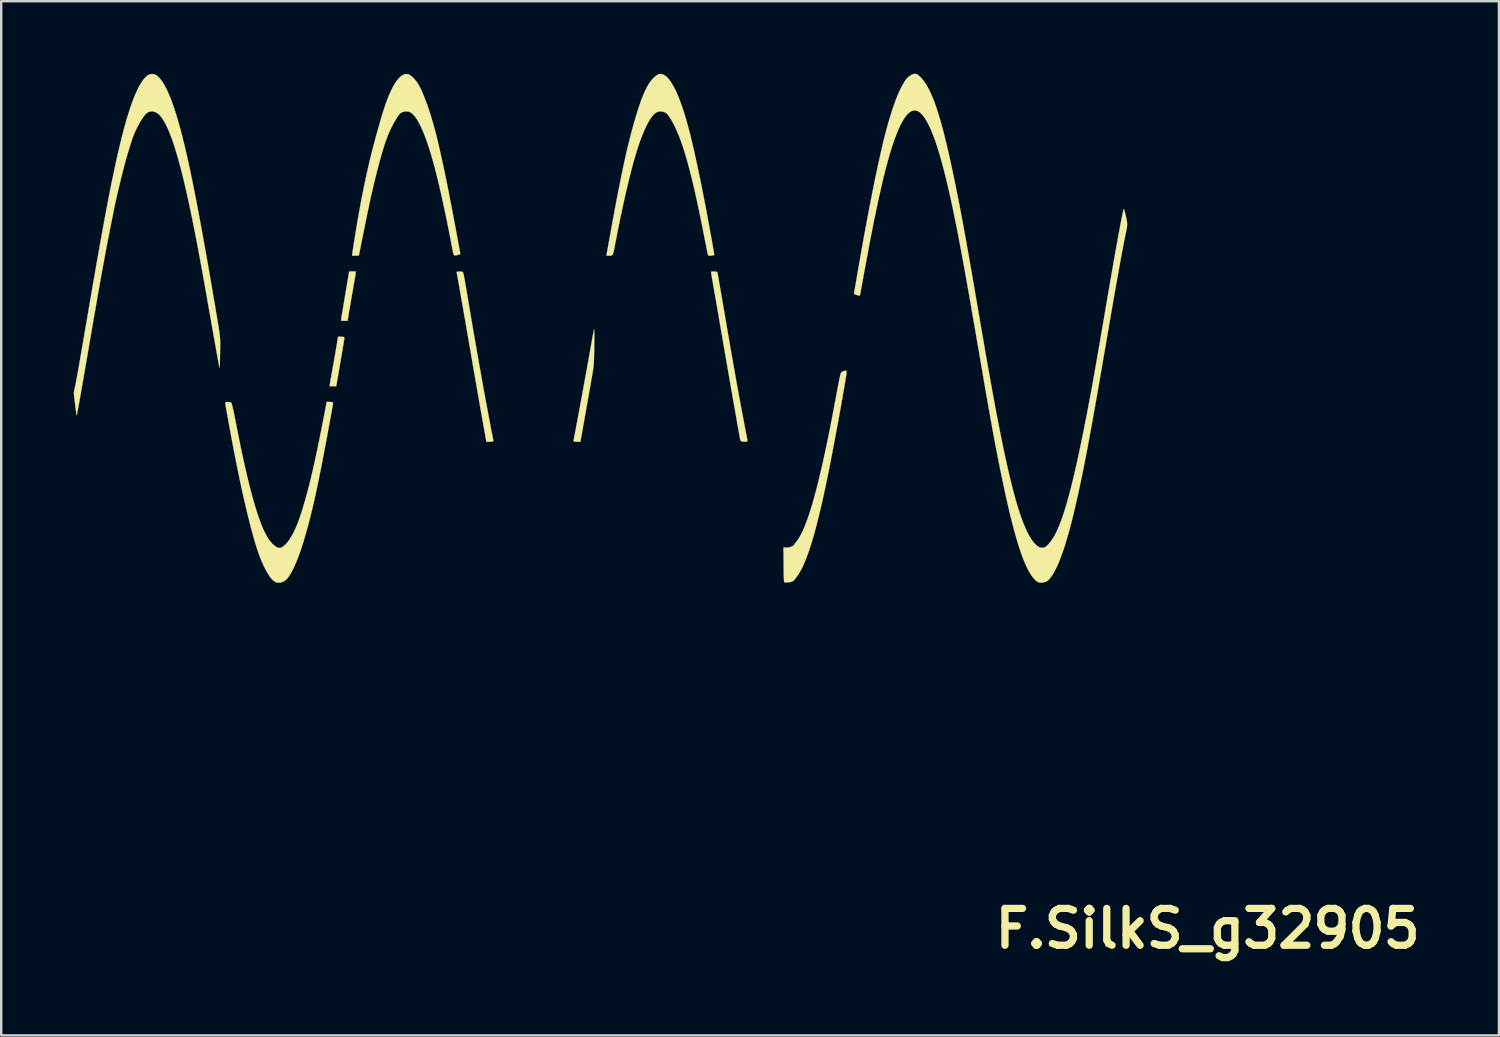
<source format=kicad_pcb>
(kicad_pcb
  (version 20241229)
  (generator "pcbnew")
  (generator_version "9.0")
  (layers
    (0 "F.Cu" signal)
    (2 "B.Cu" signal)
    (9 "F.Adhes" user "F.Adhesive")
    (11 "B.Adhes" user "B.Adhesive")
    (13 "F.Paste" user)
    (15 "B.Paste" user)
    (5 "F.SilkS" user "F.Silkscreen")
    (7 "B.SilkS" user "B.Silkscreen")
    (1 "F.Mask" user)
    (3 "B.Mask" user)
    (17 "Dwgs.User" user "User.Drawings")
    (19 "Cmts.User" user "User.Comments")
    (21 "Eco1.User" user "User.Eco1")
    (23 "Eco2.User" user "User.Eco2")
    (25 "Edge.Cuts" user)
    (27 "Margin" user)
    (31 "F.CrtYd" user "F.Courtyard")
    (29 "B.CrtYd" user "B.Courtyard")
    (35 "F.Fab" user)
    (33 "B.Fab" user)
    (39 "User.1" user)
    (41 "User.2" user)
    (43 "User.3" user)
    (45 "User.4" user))
  (footprint "F.SilkS_g32905"
    (layer "F.Cu")
    (at 46.889 35.348)
    (property "Reference" "F.SilkS_g32905" (at 0 0 0) (layer "F.SilkS") (effects (font (size 1.524 1.524) (thickness 0.3))))
    (attr through_hole)
    (fp_poly (pts (xy -35.858 -24.473) (xy -35.806 -24.472) (xy -35.76 -24.469) (xy -35.73 -24.465) (xy -35.727 -24.464) (xy -35.71 -24.458) (xy -35.702 -24.446) (xy -35.701 -24.421) (xy -35.704 -24.385) (xy -35.707 -24.361) (xy -35.714 -24.315) (xy -35.725 -24.247) (xy -35.739 -24.161) (xy -35.756 -24.058) (xy -35.776 -23.941) (xy -35.798 -23.812) (xy -35.822 -23.672) (xy -35.847 -23.525) (xy -35.873 -23.371) (xy -35.873 -23.371) (xy -36.036 -22.428) (xy -36.311 -22.428) (xy -36.302 -22.489) (xy -36.299 -22.512) (xy -36.291 -22.558) (xy -36.279 -22.624) (xy -36.265 -22.708) (xy -36.247 -22.807) (xy -36.228 -22.919) (xy -36.206 -23.041) (xy -36.183 -23.172) (xy -36.163 -23.285) (xy -36.138 -23.427) (xy -36.113 -23.568) (xy -36.089 -23.705) (xy -36.066 -23.834) (xy -36.046 -23.953) (xy -36.028 -24.059) (xy -36.013 -24.148) (xy -36.001 -24.217) (xy -35.996 -24.247) (xy -35.96 -24.473) (xy -35.858 -24.473)) (stroke (width 0.01) (type solid)) (fill yes) (layer "F.SilkS"))
    (fp_poly (pts (xy -35.268 -27.174) (xy -35.237 -27.171) (xy -35.228 -27.168) (xy -35.227 -27.153) (xy -35.231 -27.117) (xy -35.238 -27.062) (xy -35.248 -26.992) (xy -35.261 -26.909) (xy -35.277 -26.818) (xy -35.281 -26.796) (xy -35.327 -26.532) (xy -35.369 -26.293) (xy -35.407 -26.078) (xy -35.44 -25.887) (xy -35.468 -25.721) (xy -35.492 -25.579) (xy -35.512 -25.462) (xy -35.527 -25.37) (xy -35.538 -25.303) (xy -35.541 -25.283) (xy -35.563 -25.133) (xy -35.701 -25.133) (xy -35.767 -25.134) (xy -35.809 -25.137) (xy -35.833 -25.142) (xy -35.839 -25.149) (xy -35.837 -25.164) (xy -35.831 -25.202) (xy -35.822 -25.261) (xy -35.809 -25.339) (xy -35.793 -25.434) (xy -35.775 -25.544) (xy -35.754 -25.667) (xy -35.732 -25.802) (xy -35.707 -25.946) (xy -35.682 -26.096) (xy -35.682 -26.099) (xy -35.656 -26.251) (xy -35.631 -26.398) (xy -35.608 -26.536) (xy -35.586 -26.665) (xy -35.566 -26.781) (xy -35.549 -26.883) (xy -35.535 -26.968) (xy -35.524 -27.034) (xy -35.517 -27.08) (xy -35.513 -27.102) (xy -35.503 -27.172) (xy -35.371 -27.175) (xy -35.315 -27.176) (xy -35.268 -27.174)) (stroke (width 0.01) (type solid)) (fill yes) (layer "F.SilkS"))
    (fp_poly (pts (xy -25.368 -24.776) (xy -25.366 -24.744) (xy -25.364 -24.693) (xy -25.363 -24.624) (xy -25.362 -24.539) (xy -25.362 -24.443) (xy -25.363 -24.337) (xy -25.364 -24.223) (xy -25.365 -24.105) (xy -25.367 -23.985) (xy -25.369 -23.865) (xy -25.372 -23.749) (xy -25.375 -23.639) (xy -25.378 -23.537) (xy -25.381 -23.445) (xy -25.384 -23.368) (xy -25.388 -23.307) (xy -25.392 -23.264) (xy -25.392 -23.26) (xy -25.396 -23.232) (xy -25.4 -23.202) (xy -25.405 -23.169) (xy -25.411 -23.131) (xy -25.418 -23.087) (xy -25.426 -23.036) (xy -25.436 -22.976) (xy -25.448 -22.907) (xy -25.462 -22.826) (xy -25.478 -22.733) (xy -25.497 -22.626) (xy -25.518 -22.504) (xy -25.542 -22.365) (xy -25.57 -22.209) (xy -25.601 -22.033) (xy -25.636 -21.837) (xy -25.674 -21.619) (xy -25.717 -21.379) (xy -25.739 -21.257) (xy -25.939 -20.13) (xy -26.054 -20.13) (xy -26.108 -20.132) (xy -26.156 -20.136) (xy -26.19 -20.14) (xy -26.197 -20.143) (xy -26.219 -20.155) (xy -26.226 -20.164) (xy -26.223 -20.18) (xy -26.216 -20.215) (xy -26.207 -20.265) (xy -26.195 -20.324) (xy -26.194 -20.326) (xy -26.181 -20.394) (xy -26.163 -20.484) (xy -26.142 -20.596) (xy -26.117 -20.727) (xy -26.089 -20.876) (xy -26.058 -21.041) (xy -26.025 -21.22) (xy -25.989 -21.412) (xy -25.952 -21.614) (xy -25.913 -21.825) (xy -25.873 -22.043) (xy -25.832 -22.266) (xy -25.791 -22.493) (xy -25.749 -22.721) (xy -25.708 -22.949) (xy -25.667 -23.174) (xy -25.627 -23.396) (xy -25.589 -23.612) (xy -25.551 -23.821) (xy -25.516 -24.021) (xy -25.494 -24.143) (xy -25.472 -24.266) (xy -25.451 -24.382) (xy -25.432 -24.488) (xy -25.414 -24.581) (xy -25.399 -24.66) (xy -25.386 -24.721) (xy -25.377 -24.763) (xy -25.372 -24.783) (xy -25.371 -24.784) (xy -25.368 -24.776)) (stroke (width 0.01) (type solid)) (fill yes) (layer "F.SilkS"))
    (fp_poly (pts (xy -30.869 -27.166) (xy -30.829 -27.162) (xy -30.806 -27.154) (xy -30.803 -27.151) (xy -30.795 -27.139) (xy -30.787 -27.116) (xy -30.777 -27.08) (xy -30.765 -27.031) (xy -30.752 -26.966) (xy -30.736 -26.885) (xy -30.718 -26.785) (xy -30.697 -26.665) (xy -30.672 -26.525) (xy -30.645 -26.361) (xy -30.625 -26.246) (xy -30.555 -25.828) (xy -30.484 -25.406) (xy -30.412 -24.985) (xy -30.34 -24.565) (xy -30.267 -24.148) (xy -30.195 -23.736) (xy -30.124 -23.33) (xy -30.053 -22.934) (xy -29.984 -22.548) (xy -29.916 -22.174) (xy -29.85 -21.815) (xy -29.786 -21.471) (xy -29.725 -21.145) (xy -29.667 -20.838) (xy -29.612 -20.553) (xy -29.56 -20.292) (xy -29.557 -20.277) (xy -29.547 -20.224) (xy -29.542 -20.19) (xy -29.542 -20.17) (xy -29.547 -20.157) (xy -29.558 -20.148) (xy -29.559 -20.147) (xy -29.585 -20.137) (xy -29.631 -20.132) (xy -29.701 -20.13) (xy -29.705 -20.13) (xy -29.827 -20.13) (xy -29.899 -20.539) (xy -29.921 -20.663) (xy -29.946 -20.803) (xy -29.973 -20.953) (xy -30 -21.103) (xy -30.025 -21.245) (xy -30.048 -21.373) (xy -30.048 -21.374) (xy -30.06 -21.441) (xy -30.076 -21.531) (xy -30.096 -21.642) (xy -30.119 -21.772) (xy -30.144 -21.918) (xy -30.172 -22.08) (xy -30.203 -22.254) (xy -30.235 -22.439) (xy -30.269 -22.633) (xy -30.303 -22.834) (xy -30.339 -23.039) (xy -30.375 -23.247) (xy -30.405 -23.419) (xy -30.473 -23.816) (xy -30.538 -24.188) (xy -30.598 -24.537) (xy -30.654 -24.861) (xy -30.706 -25.162) (xy -30.755 -25.439) (xy -30.799 -25.694) (xy -30.84 -25.927) (xy -30.877 -26.138) (xy -30.91 -26.327) (xy -30.939 -26.494) (xy -30.965 -26.641) (xy -30.988 -26.768) (xy -31.007 -26.874) (xy -31.023 -26.961) (xy -31.036 -27.028) (xy -31.045 -27.077) (xy -31.051 -27.105) (xy -31.055 -27.137) (xy -31.053 -27.157) (xy -31.051 -27.159) (xy -31.034 -27.162) (xy -30.999 -27.165) (xy -30.951 -27.167) (xy -30.931 -27.167) (xy -30.869 -27.166)) (stroke (width 0.01) (type solid)) (fill yes) (layer "F.SilkS"))
    (fp_poly (pts (xy -20.442 -27.172) (xy -20.391 -27.169) (xy -20.335 -27.164) (xy -20.3 -27.158) (xy -20.281 -27.149) (xy -20.276 -27.141) (xy -20.273 -27.124) (xy -20.265 -27.083) (xy -20.254 -27.02) (xy -20.239 -26.936) (xy -20.22 -26.832) (xy -20.199 -26.711) (xy -20.175 -26.573) (xy -20.148 -26.42) (xy -20.119 -26.253) (xy -20.089 -26.074) (xy -20.056 -25.884) (xy -20.021 -25.685) (xy -19.986 -25.477) (xy -19.949 -25.263) (xy -19.939 -25.203) (xy -19.867 -24.782) (xy -19.798 -24.383) (xy -19.733 -24.006) (xy -19.67 -23.647) (xy -19.61 -23.306) (xy -19.552 -22.979) (xy -19.496 -22.664) (xy -19.441 -22.361) (xy -19.387 -22.066) (xy -19.334 -21.778) (xy -19.281 -21.494) (xy -19.228 -21.212) (xy -19.174 -20.931) (xy -19.14 -20.752) (xy -19.118 -20.638) (xy -19.097 -20.531) (xy -19.078 -20.434) (xy -19.062 -20.349) (xy -19.049 -20.28) (xy -19.039 -20.228) (xy -19.033 -20.197) (xy -19.032 -20.19) (xy -19.033 -20.159) (xy -19.05 -20.142) (xy -19.079 -20.135) (xy -19.124 -20.131) (xy -19.176 -20.132) (xy -19.226 -20.137) (xy -19.248 -20.141) (xy -19.288 -20.154) (xy -19.31 -20.17) (xy -19.324 -20.2) (xy -19.329 -20.216) (xy -19.333 -20.237) (xy -19.342 -20.283) (xy -19.354 -20.351) (xy -19.371 -20.44) (xy -19.39 -20.55) (xy -19.413 -20.678) (xy -19.439 -20.824) (xy -19.468 -20.987) (xy -19.5 -21.164) (xy -19.533 -21.356) (xy -19.569 -21.56) (xy -19.607 -21.776) (xy -19.647 -22.003) (xy -19.688 -22.238) (xy -19.73 -22.481) (xy -19.774 -22.731) (xy -19.818 -22.986) (xy -19.863 -23.245) (xy -19.909 -23.507) (xy -19.955 -23.771) (xy -20 -24.035) (xy -20.046 -24.299) (xy -20.071 -24.448) (xy -20.109 -24.664) (xy -20.146 -24.879) (xy -20.183 -25.092) (xy -20.218 -25.3) (xy -20.253 -25.501) (xy -20.287 -25.694) (xy -20.318 -25.876) (xy -20.348 -26.045) (xy -20.374 -26.2) (xy -20.399 -26.338) (xy -20.419 -26.458) (xy -20.437 -26.557) (xy -20.45 -26.634) (xy -20.453 -26.65) (xy -20.472 -26.756) (xy -20.489 -26.856) (xy -20.504 -26.945) (xy -20.517 -27.02) (xy -20.527 -27.08) (xy -20.533 -27.121) (xy -20.536 -27.14) (xy -20.536 -27.14) (xy -20.532 -27.157) (xy -20.518 -27.168) (xy -20.489 -27.172) (xy -20.442 -27.172)) (stroke (width 0.01) (type solid)) (fill yes) (layer "F.SilkS"))
    (fp_poly (pts (xy -14.956 -23.068) (xy -14.937 -23.046) (xy -14.93 -23.009) (xy -14.931 -22.99) (xy -14.947 -22.883) (xy -14.968 -22.753) (xy -14.992 -22.601) (xy -15.021 -22.432) (xy -15.053 -22.245) (xy -15.088 -22.044) (xy -15.126 -21.83) (xy -15.166 -21.605) (xy -15.208 -21.372) (xy -15.251 -21.132) (xy -15.296 -20.888) (xy -15.342 -20.641) (xy -15.387 -20.394) (xy -15.433 -20.148) (xy -15.479 -19.906) (xy -15.524 -19.67) (xy -15.568 -19.442) (xy -15.611 -19.223) (xy -15.651 -19.016) (xy -15.69 -18.823) (xy -15.723 -18.663) (xy -15.814 -18.225) (xy -15.904 -17.813) (xy -15.992 -17.426) (xy -16.079 -17.063) (xy -16.164 -16.724) (xy -16.248 -16.409) (xy -16.33 -16.118) (xy -16.412 -15.85) (xy -16.492 -15.605) (xy -16.572 -15.383) (xy -16.65 -15.183) (xy -16.728 -15.005) (xy -16.764 -14.928) (xy -16.808 -14.844) (xy -16.859 -14.755) (xy -16.914 -14.666) (xy -16.969 -14.582) (xy -17.022 -14.507) (xy -17.069 -14.447) (xy -17.098 -14.415) (xy -17.141 -14.377) (xy -17.186 -14.351) (xy -17.237 -14.333) (xy -17.303 -14.322) (xy -17.376 -14.316) (xy -17.498 -14.31) (xy -17.514 -14.359) (xy -17.518 -14.379) (xy -17.522 -14.416) (xy -17.525 -14.47) (xy -17.527 -14.543) (xy -17.53 -14.635) (xy -17.532 -14.749) (xy -17.533 -14.886) (xy -17.535 -15.046) (xy -17.535 -15.086) (xy -17.541 -15.763) (xy -17.464 -15.754) (xy -17.396 -15.753) (xy -17.323 -15.762) (xy -17.252 -15.78) (xy -17.188 -15.805) (xy -17.136 -15.835) (xy -17.104 -15.869) (xy -17.101 -15.873) (xy -17.086 -15.896) (xy -17.059 -15.934) (xy -17.024 -15.98) (xy -16.988 -16.025) (xy -16.914 -16.129) (xy -16.838 -16.257) (xy -16.761 -16.409) (xy -16.683 -16.586) (xy -16.603 -16.786) (xy -16.522 -17.011) (xy -16.44 -17.26) (xy -16.356 -17.534) (xy -16.271 -17.833) (xy -16.184 -18.156) (xy -16.095 -18.503) (xy -16.006 -18.876) (xy -15.914 -19.273) (xy -15.822 -19.695) (xy -15.727 -20.143) (xy -15.631 -20.615) (xy -15.534 -21.113) (xy -15.435 -21.635) (xy -15.354 -22.072) (xy -15.318 -22.266) (xy -15.286 -22.439) (xy -15.256 -22.589) (xy -15.231 -22.716) (xy -15.208 -22.819) (xy -15.19 -22.898) (xy -15.183 -22.923) (xy -15.163 -22.978) (xy -15.133 -23.015) (xy -15.087 -23.04) (xy -15.057 -23.05) (xy -15.019 -23.061) (xy -14.989 -23.069) (xy -14.984 -23.071) (xy -14.956 -23.068)) (stroke (width 0.01) (type solid)) (fill yes) (layer "F.SilkS"))
    (fp_poly (pts (xy -36.335 -21.779) (xy -36.283 -21.777) (xy -36.235 -21.774) (xy -36.202 -21.769) (xy -36.201 -21.769) (xy -36.19 -21.767) (xy -36.181 -21.765) (xy -36.174 -21.76) (xy -36.17 -21.75) (xy -36.169 -21.732) (xy -36.171 -21.705) (xy -36.176 -21.665) (xy -36.185 -21.611) (xy -36.197 -21.539) (xy -36.214 -21.448) (xy -36.234 -21.335) (xy -36.241 -21.298) (xy -36.319 -20.87) (xy -36.393 -20.466) (xy -36.464 -20.084) (xy -36.532 -19.724) (xy -36.597 -19.385) (xy -36.66 -19.064) (xy -36.72 -18.761) (xy -36.779 -18.474) (xy -36.836 -18.203) (xy -36.891 -17.946) (xy -36.946 -17.701) (xy -36.999 -17.468) (xy -37.052 -17.246) (xy -37.105 -17.033) (xy -37.157 -16.827) (xy -37.21 -16.628) (xy -37.263 -16.435) (xy -37.305 -16.288) (xy -37.384 -16.018) (xy -37.465 -15.766) (xy -37.545 -15.531) (xy -37.625 -15.315) (xy -37.704 -15.119) (xy -37.782 -14.943) (xy -37.858 -14.788) (xy -37.933 -14.656) (xy -38.005 -14.546) (xy -38.074 -14.46) (xy -38.107 -14.428) (xy -38.189 -14.367) (xy -38.279 -14.326) (xy -38.374 -14.306) (xy -38.468 -14.307) (xy -38.524 -14.32) (xy -38.588 -14.352) (xy -38.656 -14.408) (xy -38.728 -14.485) (xy -38.801 -14.583) (xy -38.877 -14.701) (xy -38.953 -14.836) (xy -39.029 -14.988) (xy -39.105 -15.154) (xy -39.179 -15.335) (xy -39.25 -15.527) (xy -39.311 -15.706) (xy -39.382 -15.934) (xy -39.456 -16.187) (xy -39.532 -16.463) (xy -39.61 -16.761) (xy -39.69 -17.081) (xy -39.771 -17.42) (xy -39.854 -17.779) (xy -39.938 -18.156) (xy -40.022 -18.549) (xy -40.107 -18.959) (xy -40.193 -19.384) (xy -40.279 -19.823) (xy -40.364 -20.275) (xy -40.449 -20.738) (xy -40.456 -20.777) (xy -40.479 -20.9) (xy -40.501 -21.024) (xy -40.523 -21.145) (xy -40.544 -21.259) (xy -40.562 -21.361) (xy -40.578 -21.448) (xy -40.59 -21.514) (xy -40.592 -21.524) (xy -40.607 -21.611) (xy -40.618 -21.676) (xy -40.622 -21.721) (xy -40.617 -21.751) (xy -40.604 -21.768) (xy -40.58 -21.776) (xy -40.545 -21.776) (xy -40.496 -21.773) (xy -40.489 -21.772) (xy -40.437 -21.768) (xy -40.405 -21.763) (xy -40.386 -21.755) (xy -40.375 -21.742) (xy -40.365 -21.721) (xy -40.365 -21.72) (xy -40.352 -21.684) (xy -40.337 -21.63) (xy -40.319 -21.557) (xy -40.297 -21.463) (xy -40.273 -21.348) (xy -40.244 -21.211) (xy -40.213 -21.051) (xy -40.177 -20.867) (xy -40.176 -20.866) (xy -40.083 -20.392) (xy -39.992 -19.942) (xy -39.902 -19.517) (xy -39.814 -19.117) (xy -39.727 -18.742) (xy -39.642 -18.39) (xy -39.558 -18.062) (xy -39.476 -17.757) (xy -39.394 -17.476) (xy -39.314 -17.217) (xy -39.235 -16.982) (xy -39.157 -16.768) (xy -39.08 -16.577) (xy -39.003 -16.408) (xy -38.928 -16.261) (xy -38.853 -16.134) (xy -38.835 -16.108) (xy -38.766 -16.014) (xy -38.692 -15.929) (xy -38.616 -15.857) (xy -38.542 -15.8) (xy -38.472 -15.76) (xy -38.411 -15.741) (xy -38.354 -15.741) (xy -38.295 -15.761) (xy -38.231 -15.8) (xy -38.161 -15.86) (xy -38.12 -15.901) (xy -38.041 -15.991) (xy -37.964 -16.096) (xy -37.889 -16.215) (xy -37.814 -16.35) (xy -37.74 -16.503) (xy -37.667 -16.673) (xy -37.593 -16.862) (xy -37.519 -17.071) (xy -37.444 -17.302) (xy -37.368 -17.554) (xy -37.289 -17.828) (xy -37.209 -18.127) (xy -37.174 -18.263) (xy -37.127 -18.448) (xy -37.084 -18.622) (xy -37.044 -18.789) (xy -37.005 -18.955) (xy -36.966 -19.125) (xy -36.926 -19.306) (xy -36.884 -19.501) (xy -36.849 -19.666) (xy -36.817 -19.82) (xy -36.783 -19.984) (xy -36.748 -20.156) (xy -36.712 -20.332) (xy -36.676 -20.509) (xy -36.641 -20.685) (xy -36.607 -20.855) (xy -36.575 -21.017) (xy -36.545 -21.167) (xy -36.519 -21.304) (xy -36.496 -21.422) (xy -36.478 -21.52) (xy -36.473 -21.549) (xy -36.431 -21.78) (xy -36.335 -21.779)) (stroke (width 0.01) (type solid)) (fill yes) (layer "F.SilkS"))
    (fp_poly (pts (xy -22.578 -35.335) (xy -22.508 -35.311) (xy -22.481 -35.298) (xy -22.402 -35.247) (xy -22.322 -35.172) (xy -22.24 -35.072) (xy -22.157 -34.948) (xy -22.074 -34.801) (xy -21.989 -34.632) (xy -21.905 -34.44) (xy -21.82 -34.227) (xy -21.736 -33.992) (xy -21.652 -33.738) (xy -21.568 -33.463) (xy -21.486 -33.169) (xy -21.404 -32.856) (xy -21.337 -32.582) (xy -21.26 -32.251) (xy -21.182 -31.902) (xy -21.102 -31.534) (xy -21.02 -31.145) (xy -20.936 -30.733) (xy -20.85 -30.299) (xy -20.765 -29.864) (xy -20.74 -29.734) (xy -20.714 -29.595) (xy -20.687 -29.449) (xy -20.659 -29.299) (xy -20.631 -29.146) (xy -20.602 -28.992) (xy -20.575 -28.841) (xy -20.548 -28.692) (xy -20.522 -28.55) (xy -20.498 -28.415) (xy -20.476 -28.29) (xy -20.456 -28.177) (xy -20.438 -28.077) (xy -20.424 -27.994) (xy -20.413 -27.929) (xy -20.406 -27.884) (xy -20.404 -27.861) (xy -20.404 -27.859) (xy -20.42 -27.847) (xy -20.457 -27.838) (xy -20.509 -27.83) (xy -20.57 -27.826) (xy -20.596 -27.826) (xy -20.633 -27.828) (xy -20.653 -27.839) (xy -20.663 -27.854) (xy -20.667 -27.872) (xy -20.676 -27.913) (xy -20.689 -27.973) (xy -20.705 -28.05) (xy -20.724 -28.142) (xy -20.744 -28.246) (xy -20.767 -28.36) (xy -20.79 -28.48) (xy -20.876 -28.916) (xy -20.959 -29.327) (xy -21.039 -29.716) (xy -21.117 -30.081) (xy -21.193 -30.425) (xy -21.268 -30.748) (xy -21.341 -31.051) (xy -21.412 -31.335) (xy -21.483 -31.6) (xy -21.553 -31.848) (xy -21.622 -32.08) (xy -21.69 -32.296) (xy -21.759 -32.497) (xy -21.828 -32.684) (xy -21.897 -32.859) (xy -21.967 -33.021) (xy -22.037 -33.172) (xy -22.047 -33.191) (xy -22.098 -33.291) (xy -22.151 -33.387) (xy -22.204 -33.477) (xy -22.256 -33.558) (xy -22.303 -33.625) (xy -22.343 -33.676) (xy -22.367 -33.7) (xy -22.447 -33.752) (xy -22.538 -33.783) (xy -22.634 -33.792) (xy -22.73 -33.779) (xy -22.737 -33.777) (xy -22.809 -33.744) (xy -22.883 -33.686) (xy -22.959 -33.604) (xy -23.037 -33.498) (xy -23.117 -33.369) (xy -23.198 -33.217) (xy -23.28 -33.043) (xy -23.363 -32.847) (xy -23.447 -32.63) (xy -23.531 -32.392) (xy -23.614 -32.134) (xy -23.698 -31.856) (xy -23.706 -31.826) (xy -23.755 -31.653) (xy -23.807 -31.458) (xy -23.862 -31.244) (xy -23.919 -31.013) (xy -23.978 -30.77) (xy -24.038 -30.516) (xy -24.098 -30.255) (xy -24.157 -29.99) (xy -24.215 -29.724) (xy -24.272 -29.46) (xy -24.325 -29.2) (xy -24.376 -28.948) (xy -24.397 -28.842) (xy -24.419 -28.728) (xy -24.442 -28.609) (xy -24.465 -28.489) (xy -24.487 -28.376) (xy -24.506 -28.274) (xy -24.523 -28.191) (xy -24.524 -28.185) (xy -24.544 -28.084) (xy -24.561 -28.005) (xy -24.577 -27.945) (xy -24.591 -27.902) (xy -24.606 -27.872) (xy -24.622 -27.852) (xy -24.64 -27.84) (xy -24.646 -27.838) (xy -24.672 -27.832) (xy -24.712 -27.828) (xy -24.758 -27.826) (xy -24.802 -27.826) (xy -24.838 -27.828) (xy -24.856 -27.832) (xy -24.856 -27.832) (xy -24.857 -27.847) (xy -24.853 -27.88) (xy -24.846 -27.928) (xy -24.84 -27.962) (xy -24.833 -27.999) (xy -24.822 -28.059) (xy -24.808 -28.137) (xy -24.791 -28.231) (xy -24.772 -28.338) (xy -24.75 -28.456) (xy -24.728 -28.58) (xy -24.705 -28.709) (xy -24.701 -28.727) (xy -24.625 -29.148) (xy -24.552 -29.545) (xy -24.482 -29.92) (xy -24.414 -30.273) (xy -24.349 -30.607) (xy -24.286 -30.922) (xy -24.225 -31.22) (xy -24.166 -31.501) (xy -24.108 -31.769) (xy -24.051 -32.023) (xy -23.995 -32.265) (xy -23.939 -32.497) (xy -23.883 -32.719) (xy -23.828 -32.934) (xy -23.771 -33.141) (xy -23.715 -33.344) (xy -23.713 -33.35) (xy -23.634 -33.618) (xy -23.558 -33.863) (xy -23.485 -34.084) (xy -23.414 -34.284) (xy -23.343 -34.463) (xy -23.274 -34.623) (xy -23.205 -34.764) (xy -23.135 -34.889) (xy -23.065 -34.998) (xy -22.993 -35.092) (xy -22.919 -35.172) (xy -22.843 -35.24) (xy -22.839 -35.243) (xy -22.766 -35.296) (xy -22.701 -35.328) (xy -22.64 -35.341) (xy -22.578 -35.335)) (stroke (width 0.01) (type solid)) (fill yes) (layer "F.SilkS"))
    (fp_poly (pts (xy -33.082 -35.333) (xy -33.035 -35.32) (xy -32.986 -35.294) (xy -32.933 -35.255) (xy -32.869 -35.198) (xy -32.859 -35.188) (xy -32.78 -35.106) (xy -32.71 -35.02) (xy -32.647 -34.924) (xy -32.585 -34.812) (xy -32.544 -34.731) (xy -32.455 -34.532) (xy -32.365 -34.311) (xy -32.275 -34.069) (xy -32.187 -33.809) (xy -32.099 -33.533) (xy -32.015 -33.244) (xy -31.933 -32.945) (xy -31.856 -32.637) (xy -31.838 -32.563) (xy -31.778 -32.303) (xy -31.717 -32.034) (xy -31.655 -31.753) (xy -31.592 -31.46) (xy -31.527 -31.153) (xy -31.461 -30.829) (xy -31.393 -30.489) (xy -31.323 -30.13) (xy -31.249 -29.75) (xy -31.173 -29.349) (xy -31.094 -28.924) (xy -31.084 -28.873) (xy -31.058 -28.733) (xy -31.033 -28.597) (xy -31.009 -28.469) (xy -30.987 -28.35) (xy -30.967 -28.245) (xy -30.951 -28.154) (xy -30.937 -28.081) (xy -30.927 -28.027) (xy -30.921 -27.996) (xy -30.921 -27.994) (xy -30.912 -27.946) (xy -30.909 -27.916) (xy -30.912 -27.898) (xy -30.922 -27.886) (xy -30.923 -27.884) (xy -30.944 -27.874) (xy -30.982 -27.862) (xy -31.028 -27.851) (xy -31.075 -27.842) (xy -31.117 -27.836) (xy -31.145 -27.836) (xy -31.151 -27.837) (xy -31.166 -27.854) (xy -31.181 -27.885) (xy -31.197 -27.932) (xy -31.213 -27.998) (xy -31.231 -28.085) (xy -31.248 -28.176) (xy -31.298 -28.447) (xy -31.352 -28.726) (xy -31.408 -29.012) (xy -31.467 -29.302) (xy -31.528 -29.593) (xy -31.59 -29.883) (xy -31.652 -30.168) (xy -31.714 -30.445) (xy -31.776 -30.713) (xy -31.837 -30.967) (xy -31.895 -31.206) (xy -31.951 -31.427) (xy -32.004 -31.626) (xy -32.024 -31.697) (xy -32.112 -32.003) (xy -32.2 -32.284) (xy -32.287 -32.543) (xy -32.372 -32.777) (xy -32.457 -32.987) (xy -32.541 -33.174) (xy -32.624 -33.335) (xy -32.705 -33.473) (xy -32.786 -33.585) (xy -32.865 -33.673) (xy -32.942 -33.736) (xy -33.018 -33.774) (xy -33.028 -33.777) (xy -33.111 -33.791) (xy -33.198 -33.788) (xy -33.281 -33.769) (xy -33.354 -33.736) (xy -33.39 -33.709) (xy -33.432 -33.664) (xy -33.482 -33.598) (xy -33.537 -33.514) (xy -33.596 -33.416) (xy -33.658 -33.307) (xy -33.72 -33.19) (xy -33.781 -33.067) (xy -33.839 -32.942) (xy -33.892 -32.818) (xy -33.901 -32.797) (xy -33.957 -32.652) (xy -34.016 -32.483) (xy -34.078 -32.291) (xy -34.143 -32.076) (xy -34.21 -31.84) (xy -34.28 -31.582) (xy -34.352 -31.304) (xy -34.36 -31.274) (xy -34.402 -31.104) (xy -34.443 -30.94) (xy -34.482 -30.779) (xy -34.52 -30.618) (xy -34.557 -30.456) (xy -34.595 -30.289) (xy -34.633 -30.115) (xy -34.673 -29.931) (xy -34.714 -29.736) (xy -34.758 -29.526) (xy -34.804 -29.299) (xy -34.854 -29.052) (xy -34.908 -28.784) (xy -34.918 -28.734) (xy -34.947 -28.589) (xy -34.975 -28.451) (xy -35.001 -28.322) (xy -35.024 -28.204) (xy -35.046 -28.1) (xy -35.064 -28.011) (xy -35.078 -27.939) (xy -35.089 -27.886) (xy -35.096 -27.856) (xy -35.098 -27.848) (xy -35.104 -27.838) (xy -35.117 -27.832) (xy -35.143 -27.828) (xy -35.185 -27.826) (xy -35.243 -27.826) (xy -35.299 -27.826) (xy -35.344 -27.828) (xy -35.374 -27.83) (xy -35.382 -27.832) (xy -35.38 -27.849) (xy -35.375 -27.888) (xy -35.366 -27.946) (xy -35.355 -28.02) (xy -35.341 -28.108) (xy -35.326 -28.205) (xy -35.31 -28.31) (xy -35.293 -28.419) (xy -35.275 -28.53) (xy -35.258 -28.639) (xy -35.241 -28.743) (xy -35.226 -28.839) (xy -35.212 -28.925) (xy -35.204 -28.974) (xy -35.1 -29.575) (xy -34.993 -30.153) (xy -34.883 -30.706) (xy -34.77 -31.236) (xy -34.654 -31.74) (xy -34.536 -32.22) (xy -34.415 -32.675) (xy -34.375 -32.817) (xy -34.344 -32.925) (xy -34.311 -33.045) (xy -34.276 -33.166) (xy -34.243 -33.283) (xy -34.214 -33.387) (xy -34.201 -33.433) (xy -34.118 -33.717) (xy -34.034 -33.979) (xy -33.948 -34.221) (xy -33.862 -34.44) (xy -33.775 -34.636) (xy -33.688 -34.809) (xy -33.601 -34.959) (xy -33.513 -35.084) (xy -33.427 -35.185) (xy -33.409 -35.202) (xy -33.334 -35.266) (xy -33.263 -35.308) (xy -33.191 -35.331) (xy -33.134 -35.336) (xy -33.082 -35.333)) (stroke (width 0.01) (type solid)) (fill yes) (layer "F.SilkS"))
    (fp_poly (pts (xy -43.551 -35.323) (xy -43.502 -35.302) (xy -43.42 -35.245) (xy -43.337 -35.165) (xy -43.254 -35.061) (xy -43.171 -34.934) (xy -43.087 -34.783) (xy -43.002 -34.609) (xy -42.917 -34.41) (xy -42.831 -34.187) (xy -42.744 -33.941) (xy -42.656 -33.669) (xy -42.568 -33.374) (xy -42.479 -33.053) (xy -42.389 -32.708) (xy -42.298 -32.338) (xy -42.206 -31.943) (xy -42.113 -31.523) (xy -42.088 -31.407) (xy -42.035 -31.155) (xy -41.978 -30.879) (xy -41.918 -30.58) (xy -41.856 -30.26) (xy -41.79 -29.92) (xy -41.723 -29.561) (xy -41.652 -29.184) (xy -41.58 -28.791) (xy -41.506 -28.383) (xy -41.43 -27.96) (xy -41.353 -27.526) (xy -41.275 -27.08) (xy -41.196 -26.623) (xy -41.117 -26.158) (xy -41.036 -25.685) (xy -40.984 -25.371) (xy -40.955 -25.2) (xy -40.93 -25.052) (xy -40.909 -24.924) (xy -40.891 -24.812) (xy -40.876 -24.714) (xy -40.864 -24.628) (xy -40.854 -24.55) (xy -40.847 -24.477) (xy -40.841 -24.408) (xy -40.838 -24.338) (xy -40.836 -24.266) (xy -40.835 -24.188) (xy -40.835 -24.103) (xy -40.836 -24.006) (xy -40.838 -23.895) (xy -40.839 -23.781) (xy -40.841 -23.661) (xy -40.843 -23.549) (xy -40.845 -23.448) (xy -40.848 -23.361) (xy -40.85 -23.289) (xy -40.853 -23.236) (xy -40.855 -23.203) (xy -40.857 -23.193) (xy -40.857 -23.193) (xy -40.86 -23.2) (xy -40.864 -23.212) (xy -40.868 -23.229) (xy -40.874 -23.253) (xy -40.881 -23.285) (xy -40.889 -23.326) (xy -40.899 -23.377) (xy -40.91 -23.438) (xy -40.924 -23.511) (xy -40.94 -23.596) (xy -40.958 -23.695) (xy -40.978 -23.809) (xy -41.001 -23.938) (xy -41.027 -24.083) (xy -41.056 -24.245) (xy -41.088 -24.426) (xy -41.123 -24.626) (xy -41.162 -24.846) (xy -41.205 -25.087) (xy -41.251 -25.35) (xy -41.302 -25.636) (xy -41.356 -25.946) (xy -41.364 -25.991) (xy -41.433 -26.383) (xy -41.499 -26.753) (xy -41.562 -27.101) (xy -41.622 -27.43) (xy -41.679 -27.742) (xy -41.734 -28.038) (xy -41.788 -28.321) (xy -41.84 -28.592) (xy -41.891 -28.853) (xy -41.942 -29.107) (xy -41.992 -29.356) (xy -42.043 -29.6) (xy -42.044 -29.605) (xy -42.134 -30.029) (xy -42.222 -30.428) (xy -42.308 -30.802) (xy -42.393 -31.153) (xy -42.476 -31.48) (xy -42.558 -31.783) (xy -42.639 -32.064) (xy -42.719 -32.323) (xy -42.798 -32.559) (xy -42.876 -32.774) (xy -42.953 -32.968) (xy -43.03 -33.142) (xy -43.107 -33.295) (xy -43.183 -33.428) (xy -43.259 -33.541) (xy -43.336 -33.636) (xy -43.338 -33.638) (xy -43.411 -33.705) (xy -43.494 -33.754) (xy -43.581 -33.784) (xy -43.669 -33.793) (xy -43.754 -33.783) (xy -43.832 -33.751) (xy -43.844 -33.743) (xy -43.897 -33.699) (xy -43.957 -33.633) (xy -44.021 -33.548) (xy -44.09 -33.446) (xy -44.16 -33.329) (xy -44.23 -33.2) (xy -44.292 -33.077) (xy -44.332 -32.994) (xy -44.366 -32.919) (xy -44.397 -32.847) (xy -44.426 -32.775) (xy -44.454 -32.699) (xy -44.483 -32.614) (xy -44.515 -32.517) (xy -44.551 -32.403) (xy -44.59 -32.274) (xy -44.632 -32.135) (xy -44.67 -32.009) (xy -44.704 -31.892) (xy -44.736 -31.781) (xy -44.766 -31.671) (xy -44.797 -31.557) (xy -44.828 -31.437) (xy -44.862 -31.305) (xy -44.899 -31.158) (xy -44.94 -30.992) (xy -44.952 -30.944) (xy -44.989 -30.79) (xy -45.023 -30.651) (xy -45.054 -30.523) (xy -45.082 -30.402) (xy -45.109 -30.285) (xy -45.135 -30.169) (xy -45.161 -30.049) (xy -45.188 -29.924) (xy -45.216 -29.789) (xy -45.246 -29.641) (xy -45.279 -29.476) (xy -45.316 -29.292) (xy -45.338 -29.185) (xy -45.381 -28.964) (xy -45.423 -28.749) (xy -45.465 -28.537) (xy -45.505 -28.326) (xy -45.546 -28.115) (xy -45.586 -27.902) (xy -45.626 -27.685) (xy -45.667 -27.462) (xy -45.709 -27.233) (xy -45.752 -26.995) (xy -45.797 -26.746) (xy -45.843 -26.485) (xy -45.892 -26.21) (xy -45.943 -25.92) (xy -45.996 -25.612) (xy -46.053 -25.285) (xy -46.113 -24.938) (xy -46.177 -24.568) (xy -46.215 -24.346) (xy -46.275 -23.998) (xy -46.33 -23.675) (xy -46.382 -23.375) (xy -46.43 -23.099) (xy -46.474 -22.844) (xy -46.514 -22.612) (xy -46.551 -22.4) (xy -46.585 -22.208) (xy -46.615 -22.035) (xy -46.642 -21.882) (xy -46.667 -21.746) (xy -46.688 -21.628) (xy -46.707 -21.526) (xy -46.723 -21.441) (xy -46.737 -21.37) (xy -46.748 -21.314) (xy -46.757 -21.273) (xy -46.764 -21.244) (xy -46.769 -21.227) (xy -46.772 -21.223) (xy -46.773 -21.228) (xy -46.775 -21.243) (xy -46.78 -21.281) (xy -46.787 -21.337) (xy -46.797 -21.41) (xy -46.808 -21.496) (xy -46.821 -21.593) (xy -46.832 -21.679) (xy -46.845 -21.784) (xy -46.858 -21.883) (xy -46.868 -21.972) (xy -46.876 -22.049) (xy -46.882 -22.11) (xy -46.884 -22.151) (xy -46.884 -22.168) (xy -46.879 -22.201) (xy -46.87 -22.252) (xy -46.857 -22.312) (xy -46.846 -22.358) (xy -46.837 -22.4) (xy -46.826 -22.452) (xy -46.813 -22.515) (xy -46.799 -22.59) (xy -46.782 -22.678) (xy -46.763 -22.779) (xy -46.742 -22.896) (xy -46.718 -23.028) (xy -46.692 -23.177) (xy -46.662 -23.343) (xy -46.63 -23.527) (xy -46.595 -23.731) (xy -46.556 -23.954) (xy -46.514 -24.198) (xy -46.468 -24.464) (xy -46.419 -24.753) (xy -46.365 -25.065) (xy -46.323 -25.311) (xy -46.241 -25.793) (xy -46.162 -26.251) (xy -46.087 -26.686) (xy -46.015 -27.1) (xy -45.946 -27.492) (xy -45.881 -27.865) (xy -45.818 -28.219) (xy -45.758 -28.555) (xy -45.7 -28.875) (xy -45.644 -29.18) (xy -45.59 -29.47) (xy -45.538 -29.746) (xy -45.488 -30.011) (xy -45.439 -30.264) (xy -45.391 -30.507) (xy -45.344 -30.741) (xy -45.298 -30.967) (xy -45.252 -31.186) (xy -45.207 -31.399) (xy -45.162 -31.608) (xy -45.117 -31.812) (xy -45.078 -31.991) (xy -44.986 -32.385) (xy -44.895 -32.755) (xy -44.805 -33.101) (xy -44.715 -33.423) (xy -44.625 -33.719) (xy -44.536 -33.992) (xy -44.447 -34.239) (xy -44.359 -34.462) (xy -44.271 -34.66) (xy -44.184 -34.833) (xy -44.097 -34.981) (xy -44.012 -35.104) (xy -43.926 -35.202) (xy -43.842 -35.274) (xy -43.789 -35.307) (xy -43.714 -35.333) (xy -43.632 -35.338) (xy -43.551 -35.323)) (stroke (width 0.01) (type solid)) (fill yes) (layer "F.SilkS"))
    (fp_poly (pts (xy -12.058 -35.338) (xy -12 -35.314) (xy -11.938 -35.27) (xy -11.869 -35.204) (xy -11.858 -35.192) (xy -11.785 -35.108) (xy -11.713 -35.013) (xy -11.643 -34.907) (xy -11.573 -34.788) (xy -11.504 -34.655) (xy -11.435 -34.509) (xy -11.367 -34.348) (xy -11.298 -34.172) (xy -11.23 -33.98) (xy -11.161 -33.771) (xy -11.091 -33.545) (xy -11.021 -33.3) (xy -10.95 -33.037) (xy -10.877 -32.754) (xy -10.803 -32.451) (xy -10.727 -32.127) (xy -10.649 -31.782) (xy -10.569 -31.414) (xy -10.487 -31.023) (xy -10.402 -30.608) (xy -10.315 -30.169) (xy -10.312 -30.154) (xy -10.276 -29.97) (xy -10.24 -29.781) (xy -10.202 -29.587) (xy -10.165 -29.386) (xy -10.126 -29.178) (xy -10.086 -28.961) (xy -10.044 -28.733) (xy -10.001 -28.493) (xy -9.956 -28.24) (xy -9.908 -27.973) (xy -9.858 -27.691) (xy -9.806 -27.391) (xy -9.75 -27.074) (xy -9.692 -26.737) (xy -9.63 -26.379) (xy -9.565 -25.999) (xy -9.496 -25.596) (xy -9.468 -25.432) (xy -9.391 -24.981) (xy -9.317 -24.554) (xy -9.247 -24.149) (xy -9.18 -23.765) (xy -9.116 -23.4) (xy -9.054 -23.054) (xy -8.996 -22.724) (xy -8.939 -22.409) (xy -8.884 -22.107) (xy -8.83 -21.818) (xy -8.779 -21.54) (xy -8.728 -21.271) (xy -8.678 -21.01) (xy -8.654 -20.885) (xy -8.564 -20.426) (xy -8.475 -19.992) (xy -8.389 -19.583) (xy -8.305 -19.197) (xy -8.222 -18.834) (xy -8.14 -18.494) (xy -8.06 -18.177) (xy -7.982 -17.881) (xy -7.904 -17.606) (xy -7.827 -17.352) (xy -7.751 -17.119) (xy -7.675 -16.905) (xy -7.6 -16.71) (xy -7.525 -16.534) (xy -7.451 -16.376) (xy -7.376 -16.236) (xy -7.302 -16.113) (xy -7.286 -16.09) (xy -7.224 -16.004) (xy -7.157 -15.926) (xy -7.089 -15.859) (xy -7.025 -15.807) (xy -6.983 -15.781) (xy -6.901 -15.752) (xy -6.82 -15.747) (xy -6.744 -15.765) (xy -6.701 -15.788) (xy -6.657 -15.823) (xy -6.605 -15.875) (xy -6.548 -15.939) (xy -6.49 -16.01) (xy -6.435 -16.085) (xy -6.408 -16.126) (xy -6.342 -16.236) (xy -6.276 -16.359) (xy -6.21 -16.498) (xy -6.143 -16.652) (xy -6.077 -16.823) (xy -6.009 -17.01) (xy -5.941 -17.214) (xy -5.872 -17.436) (xy -5.802 -17.676) (xy -5.73 -17.936) (xy -5.657 -18.215) (xy -5.583 -18.514) (xy -5.507 -18.833) (xy -5.429 -19.174) (xy -5.349 -19.537) (xy -5.267 -19.923) (xy -5.183 -20.331) (xy -5.096 -20.763) (xy -5.006 -21.219) (xy -4.928 -21.628) (xy -4.908 -21.734) (xy -4.889 -21.835) (xy -4.87 -21.932) (xy -4.852 -22.028) (xy -4.834 -22.123) (xy -4.817 -22.219) (xy -4.799 -22.316) (xy -4.78 -22.416) (xy -4.762 -22.521) (xy -4.742 -22.63) (xy -4.721 -22.747) (xy -4.699 -22.87) (xy -4.676 -23.003) (xy -4.651 -23.147) (xy -4.624 -23.301) (xy -4.595 -23.468) (xy -4.563 -23.649) (xy -4.529 -23.845) (xy -4.493 -24.058) (xy -4.453 -24.288) (xy -4.41 -24.536) (xy -4.364 -24.805) (xy -4.314 -25.094) (xy -4.261 -25.406) (xy -4.203 -25.742) (xy -4.191 -25.813) (xy -4.141 -26.105) (xy -4.095 -26.374) (xy -4.052 -26.621) (xy -4.013 -26.848) (xy -3.977 -27.057) (xy -3.944 -27.249) (xy -3.913 -27.426) (xy -3.885 -27.589) (xy -3.858 -27.741) (xy -3.833 -27.882) (xy -3.81 -28.015) (xy -3.787 -28.141) (xy -3.765 -28.262) (xy -3.744 -28.379) (xy -3.723 -28.495) (xy -3.702 -28.61) (xy -3.682 -28.721) (xy -3.655 -28.862) (xy -3.629 -29.001) (xy -3.604 -29.134) (xy -3.579 -29.261) (xy -3.556 -29.377) (xy -3.535 -29.483) (xy -3.516 -29.574) (xy -3.5 -29.648) (xy -3.488 -29.705) (xy -3.479 -29.74) (xy -3.474 -29.753) (xy -3.467 -29.751) (xy -3.456 -29.729) (xy -3.442 -29.688) (xy -3.424 -29.624) (xy -3.405 -29.547) (xy -3.376 -29.424) (xy -3.354 -29.322) (xy -3.34 -29.237) (xy -3.332 -29.167) (xy -3.33 -29.106) (xy -3.331 -29.077) (xy -3.336 -29.038) (xy -3.345 -28.978) (xy -3.357 -28.905) (xy -3.373 -28.823) (xy -3.39 -28.736) (xy -3.395 -28.715) (xy -3.42 -28.595) (xy -3.447 -28.458) (xy -3.478 -28.303) (xy -3.511 -28.13) (xy -3.547 -27.938) (xy -3.586 -27.727) (xy -3.628 -27.497) (xy -3.674 -27.246) (xy -3.722 -26.975) (xy -3.775 -26.682) (xy -3.83 -26.368) (xy -3.889 -26.032) (xy -3.952 -25.673) (xy -4.018 -25.292) (xy -4.088 -24.887) (xy -4.162 -24.458) (xy -4.24 -24.004) (xy -4.267 -23.844) (xy -4.348 -23.376) (xy -4.424 -22.933) (xy -4.497 -22.512) (xy -4.567 -22.112) (xy -4.634 -21.734) (xy -4.697 -21.375) (xy -4.758 -21.035) (xy -4.817 -20.712) (xy -4.873 -20.405) (xy -4.927 -20.113) (xy -4.979 -19.836) (xy -5.03 -19.571) (xy -5.079 -19.318) (xy -5.126 -19.077) (xy -5.173 -18.844) (xy -5.219 -18.621) (xy -5.264 -18.404) (xy -5.309 -18.195) (xy -5.353 -17.99) (xy -5.398 -17.79) (xy -5.443 -17.592) (xy -5.461 -17.513) (xy -5.553 -17.122) (xy -5.645 -16.757) (xy -5.736 -16.417) (xy -5.826 -16.101) (xy -5.915 -15.812) (xy -6.004 -15.547) (xy -6.092 -15.307) (xy -6.179 -15.093) (xy -6.265 -14.903) (xy -6.351 -14.739) (xy -6.436 -14.599) (xy -6.52 -14.484) (xy -6.592 -14.405) (xy -6.645 -14.367) (xy -6.715 -14.336) (xy -6.794 -14.315) (xy -6.873 -14.304) (xy -6.946 -14.307) (xy -6.968 -14.312) (xy -7.023 -14.333) (xy -7.081 -14.371) (xy -7.144 -14.428) (xy -7.173 -14.458) (xy -7.247 -14.546) (xy -7.32 -14.651) (xy -7.394 -14.775) (xy -7.468 -14.917) (xy -7.542 -15.078) (xy -7.617 -15.259) (xy -7.693 -15.46) (xy -7.769 -15.681) (xy -7.846 -15.923) (xy -7.924 -16.187) (xy -8.004 -16.472) (xy -8.085 -16.779) (xy -8.167 -17.109) (xy -8.25 -17.462) (xy -8.336 -17.838) (xy -8.423 -18.238) (xy -8.512 -18.662) (xy -8.604 -19.111) (xy -8.635 -19.266) (xy -8.675 -19.469) (xy -8.714 -19.67) (xy -8.753 -19.872) (xy -8.792 -20.077) (xy -8.831 -20.285) (xy -8.871 -20.499) (xy -8.911 -20.72) (xy -8.953 -20.951) (xy -8.997 -21.193) (xy -9.042 -21.448) (xy -9.09 -21.718) (xy -9.14 -22.004) (xy -9.193 -22.308) (xy -9.249 -22.632) (xy -9.308 -22.979) (xy -9.36 -23.279) (xy -9.431 -23.695) (xy -9.499 -24.086) (xy -9.562 -24.456) (xy -9.622 -24.804) (xy -9.679 -25.131) (xy -9.733 -25.44) (xy -9.783 -25.732) (xy -9.831 -26.007) (xy -9.877 -26.267) (xy -9.921 -26.513) (xy -9.962 -26.747) (xy -10.002 -26.969) (xy -10.04 -27.182) (xy -10.077 -27.385) (xy -10.112 -27.581) (xy -10.147 -27.77) (xy -10.181 -27.954) (xy -10.215 -28.135) (xy -10.249 -28.313) (xy -10.249 -28.315) (xy -10.342 -28.801) (xy -10.434 -29.262) (xy -10.523 -29.698) (xy -10.611 -30.111) (xy -10.698 -30.499) (xy -10.783 -30.865) (xy -10.867 -31.207) (xy -10.95 -31.527) (xy -11.031 -31.824) (xy -11.112 -32.1) (xy -11.192 -32.354) (xy -11.27 -32.587) (xy -11.349 -32.8) (xy -11.426 -32.992) (xy -11.503 -33.164) (xy -11.541 -33.242) (xy -11.627 -33.402) (xy -11.712 -33.537) (xy -11.797 -33.647) (xy -11.88 -33.732) (xy -11.964 -33.791) (xy -12.047 -33.825) (xy -12.129 -33.834) (xy -12.212 -33.818) (xy -12.295 -33.777) (xy -12.379 -33.71) (xy -12.462 -33.619) (xy -12.547 -33.503) (xy -12.548 -33.502) (xy -12.62 -33.384) (xy -12.692 -33.25) (xy -12.764 -33.1) (xy -12.836 -32.932) (xy -12.909 -32.747) (xy -12.982 -32.544) (xy -13.056 -32.321) (xy -13.131 -32.08) (xy -13.206 -31.819) (xy -13.283 -31.537) (xy -13.361 -31.235) (xy -13.44 -30.912) (xy -13.52 -30.567) (xy -13.602 -30.199) (xy -13.686 -29.809) (xy -13.772 -29.396) (xy -13.86 -28.958) (xy -13.95 -28.497) (xy -14.039 -28.029) (xy -14.051 -27.961) (xy -14.067 -27.875) (xy -14.086 -27.775) (xy -14.107 -27.662) (xy -14.13 -27.538) (xy -14.154 -27.408) (xy -14.179 -27.273) (xy -14.204 -27.135) (xy -14.229 -26.998) (xy -14.254 -26.864) (xy -14.278 -26.736) (xy -14.3 -26.615) (xy -14.32 -26.506) (xy -14.337 -26.41) (xy -14.352 -26.33) (xy -14.363 -26.268) (xy -14.371 -26.227) (xy -14.373 -26.216) (xy -14.379 -26.192) (xy -14.392 -26.179) (xy -14.415 -26.176) (xy -14.453 -26.183) (xy -14.508 -26.2) (xy -14.532 -26.208) (xy -14.58 -26.226) (xy -14.609 -26.24) (xy -14.623 -26.252) (xy -14.625 -26.265) (xy -14.624 -26.269) (xy -14.621 -26.287) (xy -14.613 -26.328) (xy -14.603 -26.387) (xy -14.59 -26.462) (xy -14.575 -26.551) (xy -14.558 -26.649) (xy -14.541 -26.746) (xy -14.434 -27.368) (xy -14.329 -27.964) (xy -14.227 -28.535) (xy -14.126 -29.081) (xy -14.029 -29.602) (xy -13.933 -30.097) (xy -13.84 -30.568) (xy -13.75 -31.013) (xy -13.661 -31.433) (xy -13.576 -31.827) (xy -13.492 -32.197) (xy -13.411 -32.542) (xy -13.379 -32.671) (xy -13.315 -32.924) (xy -13.248 -33.172) (xy -13.179 -33.413) (xy -13.109 -33.646) (xy -13.039 -33.866) (xy -12.968 -34.073) (xy -12.899 -34.264) (xy -12.831 -34.436) (xy -12.766 -34.587) (xy -12.717 -34.69) (xy -12.649 -34.824) (xy -12.587 -34.936) (xy -12.531 -35.029) (xy -12.478 -35.106) (xy -12.426 -35.168) (xy -12.374 -35.219) (xy -12.321 -35.26) (xy -12.263 -35.294) (xy -12.252 -35.3) (xy -12.181 -35.33) (xy -12.117 -35.343) (xy -12.058 -35.338)) (stroke (width 0.01) (type solid)) (fill yes) (layer "F.SilkS")))
  (gr_rect
    (start -3 -3)
    (end 58.932 39.766)
    (stroke (width 0.1) (type default))
    (fill no)
    (layer "Edge.Cuts")))
</source>
